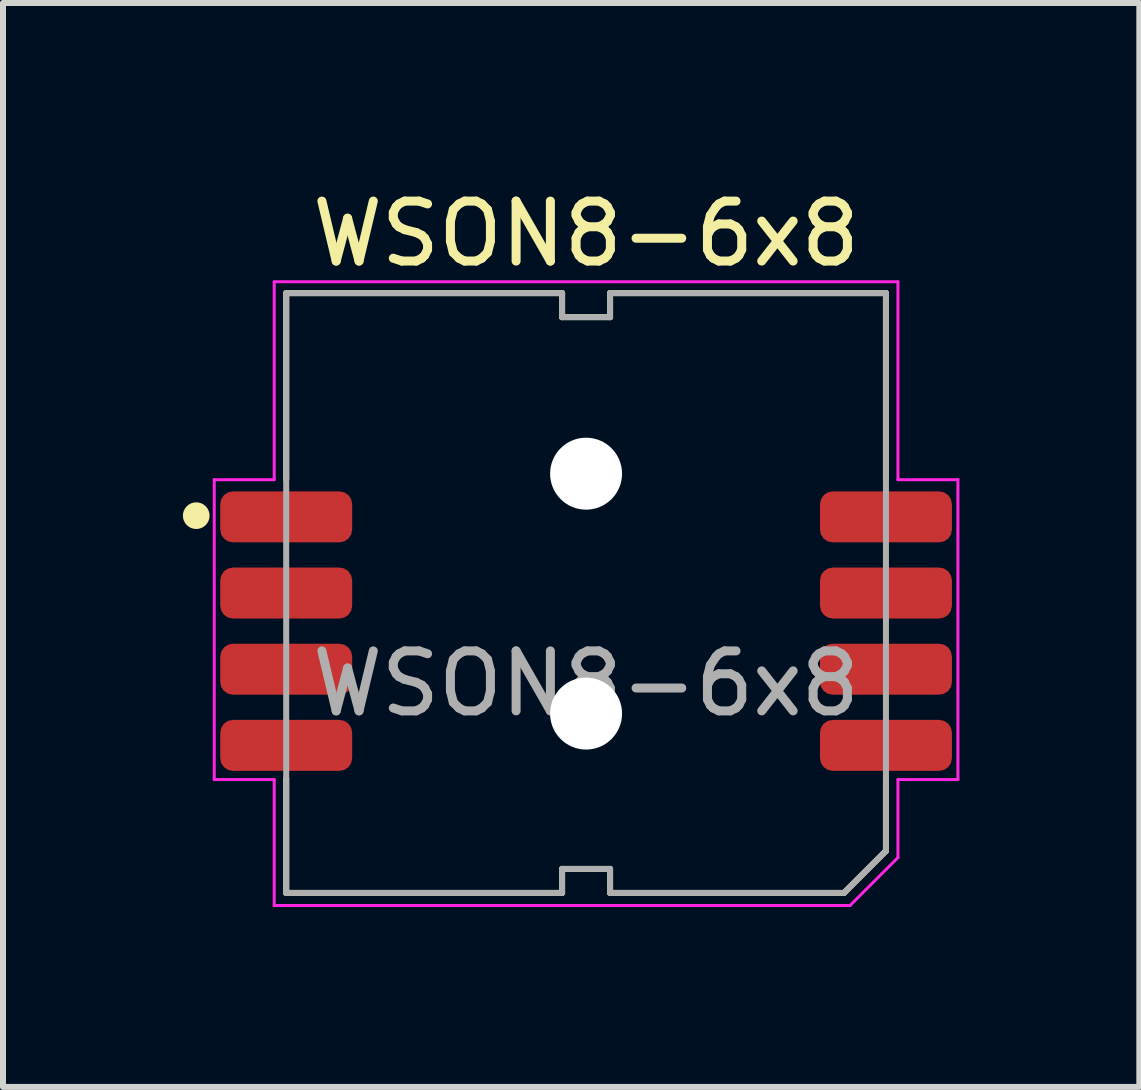
<source format=kicad_pcb>
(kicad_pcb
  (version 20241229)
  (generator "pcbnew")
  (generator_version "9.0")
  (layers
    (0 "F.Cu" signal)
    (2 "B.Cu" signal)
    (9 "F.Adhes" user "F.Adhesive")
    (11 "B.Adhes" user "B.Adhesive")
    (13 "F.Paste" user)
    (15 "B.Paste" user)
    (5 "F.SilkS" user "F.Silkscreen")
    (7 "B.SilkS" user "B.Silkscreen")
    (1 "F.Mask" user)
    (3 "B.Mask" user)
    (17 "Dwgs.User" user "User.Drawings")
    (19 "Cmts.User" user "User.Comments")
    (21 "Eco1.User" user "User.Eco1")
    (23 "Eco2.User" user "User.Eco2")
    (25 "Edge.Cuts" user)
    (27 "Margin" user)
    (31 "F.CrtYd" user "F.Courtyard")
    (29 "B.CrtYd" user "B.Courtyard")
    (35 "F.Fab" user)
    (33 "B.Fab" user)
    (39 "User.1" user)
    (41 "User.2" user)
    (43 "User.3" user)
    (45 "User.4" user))
  (footprint "WSON8-6x8"
    (layer "F.Cu")
    (at 6.722 6.848)
    (property "Reference" "WSON8-6x8" (at 0 -6 0) (unlocked yes) (layer "F.SilkS") (effects (font (size 1 1) (thickness 0.15))))
    (attr smd)
    (fp_line (start -5 -5.01) (end -5 -1.91) (stroke (width 0.1) (type default)) (layer "F.SilkS"))
    (fp_line (start -5 3.09) (end -5 4.99) (stroke (width 0.1) (type default)) (layer "F.SilkS"))
    (fp_line (start -5 4.99) (end -0.4 4.99) (stroke (width 0.1) (type default)) (layer "F.SilkS"))
    (fp_line (start -0.4 -5.01) (end -5 -5.01) (stroke (width 0.1) (type solid)) (layer "F.SilkS"))
    (fp_line (start -0.4 -5.01) (end -0.4 -4.61) (stroke (width 0.1) (type solid)) (layer "F.SilkS"))
    (fp_line (start -0.4 -4.61) (end 0.4 -4.61) (stroke (width 0.1) (type solid)) (layer "F.SilkS"))
    (fp_line (start -0.4 4.59) (end -0.4 4.99) (stroke (width 0.1) (type solid)) (layer "F.SilkS"))
    (fp_line (start 0.4 -5.01) (end 5 -5.01) (stroke (width 0.1) (type solid)) (layer "F.SilkS"))
    (fp_line (start 0.4 -4.61) (end 0.4 -5.01) (stroke (width 0.1) (type solid)) (layer "F.SilkS"))
    (fp_line (start 0.4 4.59) (end -0.4 4.59) (stroke (width 0.1) (type solid)) (layer "F.SilkS"))
    (fp_line (start 0.4 4.99) (end 0.4 4.59) (stroke (width 0.1) (type solid)) (layer "F.SilkS"))
    (fp_line (start 0.4 4.99) (end 4.3 4.99) (stroke (width 0.1) (type default)) (layer "F.SilkS"))
    (fp_line (start 4.3 4.99) (end 5 4.29) (stroke (width 0.1) (type default)) (layer "F.SilkS"))
    (fp_line (start 5 -5.01) (end 5 -1.91) (stroke (width 0.1) (type default)) (layer "F.SilkS"))
    (fp_line (start 5 4.29) (end 5 3.09) (stroke (width 0.1) (type default)) (layer "F.SilkS"))
    (fp_circle (center -6.5 -1.3) (end -6.378 -1.422) (stroke (width 0.1) (type solid)) (fill yes) (layer "F.SilkS"))
    (fp_line (start -6.2 -1.9) (end -5.2 -1.9) (stroke (width 0.05) (type default)) (layer "F.CrtYd"))
    (fp_line (start -6.2 3.1) (end -6.2 -1.9) (stroke (width 0.05) (type default)) (layer "F.CrtYd"))
    (fp_line (start -5.2 -5.2) (end 5.2 -5.2) (stroke (width 0.05) (type default)) (layer "F.CrtYd"))
    (fp_line (start -5.2 -1.9) (end -5.2 -5.2) (stroke (width 0.05) (type default)) (layer "F.CrtYd"))
    (fp_line (start -5.2 3.1) (end -6.2 3.1) (stroke (width 0.05) (type default)) (layer "F.CrtYd"))
    (fp_line (start -5.2 5.2) (end -5.2 3.1) (stroke (width 0.05) (type default)) (layer "F.CrtYd"))
    (fp_line (start 4.4 5.2) (end -5.2 5.2) (stroke (width 0.05) (type default)) (layer "F.CrtYd"))
    (fp_line (start 5.2 -5.2) (end 5.2 -1.9) (stroke (width 0.05) (type default)) (layer "F.CrtYd"))
    (fp_line (start 5.2 -1.9) (end 6.2 -1.9) (stroke (width 0.05) (type default)) (layer "F.CrtYd"))
    (fp_line (start 5.2 3.1) (end 5.2 4.4) (stroke (width 0.05) (type default)) (layer "F.CrtYd"))
    (fp_line (start 5.2 4.4) (end 4.4 5.2) (stroke (width 0.05) (type default)) (layer "F.CrtYd"))
    (fp_line (start 6.2 -1.9) (end 6.2 3.1) (stroke (width 0.05) (type default)) (layer "F.CrtYd"))
    (fp_line (start 6.2 3.1) (end 5.2 3.1) (stroke (width 0.05) (type default)) (layer "F.CrtYd"))
    (fp_line (start -5 -5.01) (end -5 -1.91) (stroke (width 0.1) (type default)) (layer "F.Fab"))
    (fp_line (start -5 -1.91) (end -5 3.09) (stroke (width 0.1) (type default)) (layer "F.Fab"))
    (fp_line (start -5 3.09) (end -5 4.99) (stroke (width 0.1) (type default)) (layer "F.Fab"))
    (fp_line (start -5 4.99) (end -0.4 4.99) (stroke (width 0.1) (type default)) (layer "F.Fab"))
    (fp_line (start -0.4 -5.01) (end -5 -5.01) (stroke (width 0.1) (type solid)) (layer "F.Fab"))
    (fp_line (start -0.4 -5.01) (end -0.4 -4.61) (stroke (width 0.1) (type solid)) (layer "F.Fab"))
    (fp_line (start -0.4 -4.61) (end 0.4 -4.61) (stroke (width 0.1) (type solid)) (layer "F.Fab"))
    (fp_line (start -0.4 4.59) (end -0.4 4.99) (stroke (width 0.1) (type solid)) (layer "F.Fab"))
    (fp_line (start 0.4 -5.01) (end 5 -5.01) (stroke (width 0.1) (type solid)) (layer "F.Fab"))
    (fp_line (start 0.4 -4.61) (end 0.4 -5.01) (stroke (width 0.1) (type solid)) (layer "F.Fab"))
    (fp_line (start 0.4 4.59) (end -0.4 4.59) (stroke (width 0.1) (type solid)) (layer "F.Fab"))
    (fp_line (start 0.4 4.99) (end 0.4 4.59) (stroke (width 0.1) (type solid)) (layer "F.Fab"))
    (fp_line (start 0.4 4.99) (end 4.3 4.99) (stroke (width 0.1) (type default)) (layer "F.Fab"))
    (fp_line (start 4.3 4.99) (end 5 4.29) (stroke (width 0.1) (type default)) (layer "F.Fab"))
    (fp_line (start 5 -5.01) (end 5 -1.91) (stroke (width 0.1) (type default)) (layer "F.Fab"))
    (fp_line (start 5 -1.91) (end 5 3.09) (stroke (width 0.1) (type default)) (layer "F.Fab"))
    (fp_line (start 5 4.29) (end 5 3.09) (stroke (width 0.1) (type default)) (layer "F.Fab"))
    (fp_text user "${REFERENCE}" (at 0 1.5 0) (unlocked yes) (layer "F.Fab") (effects (font (size 1 1) (thickness 0.15))))
    (pad "" np_thru_hole circle (at 0 -2) (size 1.2 1.2) (drill 1.2) (layers "*.Cu" "*.Mask"))
    (pad "" np_thru_hole circle (at 0 2) (size 1.2 1.2) (drill 1.2) (layers "*.Cu" "*.Mask"))
    (pad "1" smd roundrect (at -5 -1.28) (size 2.2 0.85) (layers "F.Cu" "F.Mask" "F.Paste") (roundrect_rratio 0.25))
    (pad "2" smd roundrect (at -5 -0.01) (size 2.2 0.85) (layers "F.Cu" "F.Mask" "F.Paste") (roundrect_rratio 0.25))
    (pad "3" smd roundrect (at -5 1.26) (size 2.2 0.85) (layers "F.Cu" "F.Mask" "F.Paste") (roundrect_rratio 0.25))
    (pad "4" smd roundrect (at -5 2.53) (size 2.2 0.85) (layers "F.Cu" "F.Mask" "F.Paste") (roundrect_rratio 0.25))
    (pad "5" smd roundrect (at 5 2.53) (size 2.2 0.85) (layers "F.Cu" "F.Mask" "F.Paste") (roundrect_rratio 0.25))
    (pad "6" smd roundrect (at 5 1.26) (size 2.2 0.85) (layers "F.Cu" "F.Mask" "F.Paste") (roundrect_rratio 0.25))
    (pad "7" smd roundrect (at 5 -0.01) (size 2.2 0.85) (layers "F.Cu" "F.Mask" "F.Paste") (roundrect_rratio 0.25))
    (pad "8" smd roundrect (at 5 -1.28) (size 2.2 0.85) (layers "F.Cu" "F.Mask" "F.Paste") (roundrect_rratio 0.25)))
  (gr_rect
    (start -3 -3)
    (end 15.947 15.073)
    (stroke (width 0.1) (type default))
    (fill no)
    (layer "Edge.Cuts")))
</source>
